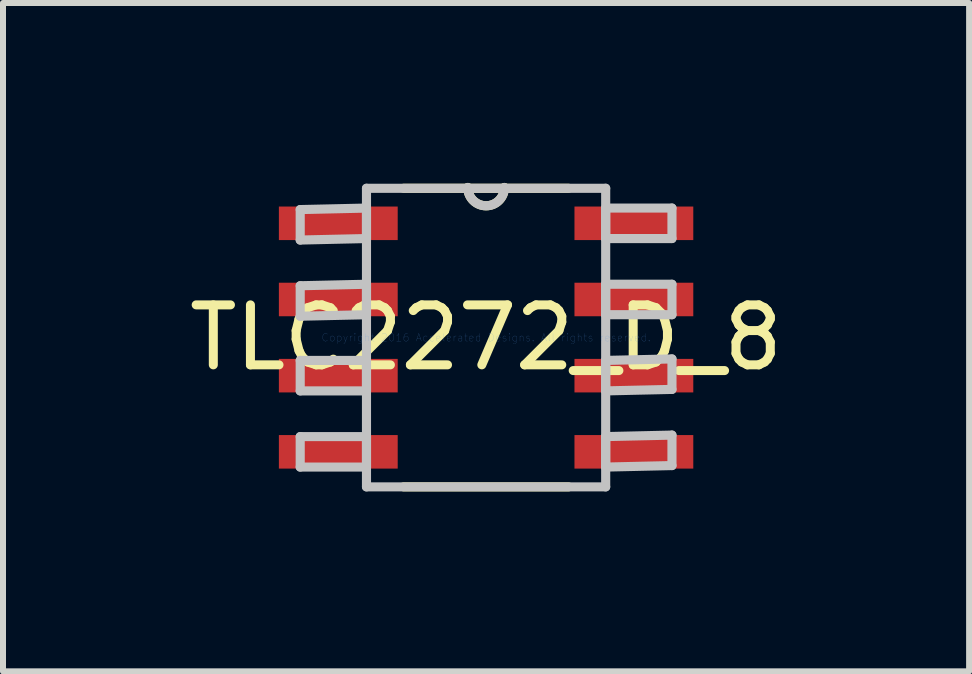
<source format=kicad_pcb>
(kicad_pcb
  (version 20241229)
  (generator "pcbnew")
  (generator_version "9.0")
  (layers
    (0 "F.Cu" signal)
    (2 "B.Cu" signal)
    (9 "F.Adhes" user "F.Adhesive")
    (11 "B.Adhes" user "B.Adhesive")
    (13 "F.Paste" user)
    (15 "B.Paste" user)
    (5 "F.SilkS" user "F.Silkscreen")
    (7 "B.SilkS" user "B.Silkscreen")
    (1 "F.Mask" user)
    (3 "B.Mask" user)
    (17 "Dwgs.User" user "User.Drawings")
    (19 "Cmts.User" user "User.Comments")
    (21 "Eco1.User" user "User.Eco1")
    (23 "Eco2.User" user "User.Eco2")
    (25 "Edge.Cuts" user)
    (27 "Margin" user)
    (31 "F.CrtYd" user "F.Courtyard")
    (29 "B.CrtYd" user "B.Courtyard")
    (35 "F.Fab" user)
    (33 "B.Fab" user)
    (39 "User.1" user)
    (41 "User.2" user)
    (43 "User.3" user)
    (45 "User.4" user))
  (footprint "TLC2272_D_8"
    (layer "F.Cu")
    (at 5.054 2.578)
    (property "Reference" "TLC2272_D_8" (at 0 0 0) (layer "F.SilkS") (effects (font (size 1 1) (thickness 0.15))))
    (attr through_hole)
    (fp_line (start -1.374 2.489) (end 1.374 2.489) (stroke (width 0.152) (type solid)) (layer "F.SilkS"))
    (fp_line (start 1.374 -2.489) (end -1.374 -2.489) (stroke (width 0.152) (type solid)) (layer "F.SilkS"))
    (fp_arc (start 0.3048 -2.5019) (mid 0 -2.1971) (end -0.3048 -2.5019) (stroke (width 0.1524) (type solid)) (layer "F.SilkS"))
    (fp_line (start -3.099 -2.134) (end -3.099 -1.626) (stroke (width 0.152) (type solid)) (layer "Dwgs.User"))
    (fp_line (start -3.099 -1.626) (end -1.994 -1.651) (stroke (width 0.152) (type solid)) (layer "Dwgs.User"))
    (fp_line (start -3.099 -0.864) (end -3.099 -0.356) (stroke (width 0.152) (type solid)) (layer "Dwgs.User"))
    (fp_line (start -3.099 -0.356) (end -1.994 -0.381) (stroke (width 0.152) (type solid)) (layer "Dwgs.User"))
    (fp_line (start -3.099 0.381) (end -3.099 0.889) (stroke (width 0.152) (type solid)) (layer "Dwgs.User"))
    (fp_line (start -3.099 0.889) (end -1.994 0.889) (stroke (width 0.152) (type solid)) (layer "Dwgs.User"))
    (fp_line (start -3.099 1.651) (end -3.099 2.159) (stroke (width 0.152) (type solid)) (layer "Dwgs.User"))
    (fp_line (start -3.099 2.159) (end -1.994 2.159) (stroke (width 0.152) (type solid)) (layer "Dwgs.User"))
    (fp_line (start -1.994 -2.489) (end -1.994 2.489) (stroke (width 0.152) (type solid)) (layer "Dwgs.User"))
    (fp_line (start -1.994 -2.159) (end -3.099 -2.134) (stroke (width 0.152) (type solid)) (layer "Dwgs.User"))
    (fp_line (start -1.994 -1.651) (end -1.994 -2.159) (stroke (width 0.152) (type solid)) (layer "Dwgs.User"))
    (fp_line (start -1.994 -0.889) (end -3.099 -0.864) (stroke (width 0.152) (type solid)) (layer "Dwgs.User"))
    (fp_line (start -1.994 -0.381) (end -1.994 -0.889) (stroke (width 0.152) (type solid)) (layer "Dwgs.User"))
    (fp_line (start -1.994 0.381) (end -3.099 0.381) (stroke (width 0.152) (type solid)) (layer "Dwgs.User"))
    (fp_line (start -1.994 0.889) (end -1.994 0.381) (stroke (width 0.152) (type solid)) (layer "Dwgs.User"))
    (fp_line (start -1.994 1.651) (end -3.099 1.651) (stroke (width 0.152) (type solid)) (layer "Dwgs.User"))
    (fp_line (start -1.994 2.159) (end -1.994 1.651) (stroke (width 0.152) (type solid)) (layer "Dwgs.User"))
    (fp_line (start -1.994 2.489) (end 1.994 2.489) (stroke (width 0.152) (type solid)) (layer "Dwgs.User"))
    (fp_line (start 1.994 -2.489) (end -1.994 -2.489) (stroke (width 0.152) (type solid)) (layer "Dwgs.User"))
    (fp_line (start 1.994 -2.159) (end 1.994 -1.651) (stroke (width 0.152) (type solid)) (layer "Dwgs.User"))
    (fp_line (start 1.994 -1.651) (end 3.099 -1.651) (stroke (width 0.152) (type solid)) (layer "Dwgs.User"))
    (fp_line (start 1.994 -0.889) (end 1.994 -0.381) (stroke (width 0.152) (type solid)) (layer "Dwgs.User"))
    (fp_line (start 1.994 -0.381) (end 3.099 -0.381) (stroke (width 0.152) (type solid)) (layer "Dwgs.User"))
    (fp_line (start 1.994 0.381) (end 1.994 0.889) (stroke (width 0.152) (type solid)) (layer "Dwgs.User"))
    (fp_line (start 1.994 0.889) (end 3.099 0.864) (stroke (width 0.152) (type solid)) (layer "Dwgs.User"))
    (fp_line (start 1.994 1.651) (end 1.994 2.159) (stroke (width 0.152) (type solid)) (layer "Dwgs.User"))
    (fp_line (start 1.994 2.159) (end 3.099 2.134) (stroke (width 0.152) (type solid)) (layer "Dwgs.User"))
    (fp_line (start 1.994 2.489) (end 1.994 -2.489) (stroke (width 0.152) (type solid)) (layer "Dwgs.User"))
    (fp_line (start 3.099 -2.159) (end 1.994 -2.159) (stroke (width 0.152) (type solid)) (layer "Dwgs.User"))
    (fp_line (start 3.099 -1.651) (end 3.099 -2.159) (stroke (width 0.152) (type solid)) (layer "Dwgs.User"))
    (fp_line (start 3.099 -0.889) (end 1.994 -0.889) (stroke (width 0.152) (type solid)) (layer "Dwgs.User"))
    (fp_line (start 3.099 -0.381) (end 3.099 -0.889) (stroke (width 0.152) (type solid)) (layer "Dwgs.User"))
    (fp_line (start 3.099 0.356) (end 1.994 0.381) (stroke (width 0.152) (type solid)) (layer "Dwgs.User"))
    (fp_line (start 3.099 0.864) (end 3.099 0.356) (stroke (width 0.152) (type solid)) (layer "Dwgs.User"))
    (fp_line (start 3.099 1.626) (end 1.994 1.651) (stroke (width 0.152) (type solid)) (layer "Dwgs.User"))
    (fp_line (start 3.099 2.134) (end 3.099 1.626) (stroke (width 0.152) (type solid)) (layer "Dwgs.User"))
    (fp_arc (start 0.3048 -2.5019) (mid 0 -2.1971) (end -0.3048 -2.5019) (stroke (width 0.1524) (type solid)) (layer "Dwgs.User"))
    (fp_text user "Copyright 2016 Accelerated Designs. All rights reserved." (at 0 0 0) (layer "Cmts.User") (effects (font (size 0.127 0.127) (thickness 0.002))))
    (pad "1" smd rect (at -2.464 -1.905) (size 1.981 0.559) (layers "F.Cu" "F.Mask" "F.Paste"))
    (pad "2" smd rect (at -2.464 -0.635) (size 1.981 0.559) (layers "F.Cu" "F.Mask" "F.Paste"))
    (pad "3" smd rect (at -2.464 0.635) (size 1.981 0.559) (layers "F.Cu" "F.Mask" "F.Paste"))
    (pad "4" smd rect (at -2.464 1.905) (size 1.981 0.559) (layers "F.Cu" "F.Mask" "F.Paste"))
    (pad "5" smd rect (at 2.464 1.905) (size 1.981 0.559) (layers "F.Cu" "F.Mask" "F.Paste"))
    (pad "6" smd rect (at 2.464 0.635) (size 1.981 0.559) (layers "F.Cu" "F.Mask" "F.Paste"))
    (pad "7" smd rect (at 2.464 -0.635) (size 1.981 0.559) (layers "F.Cu" "F.Mask" "F.Paste"))
    (pad "8" smd rect (at 2.464 -1.905) (size 1.981 0.559) (layers "F.Cu" "F.Mask" "F.Paste")))
  (gr_rect
    (start -3 -3)
    (end 13.107 8.143)
    (stroke (width 0.1) (type default))
    (fill no)
    (layer "Edge.Cuts")))
</source>
